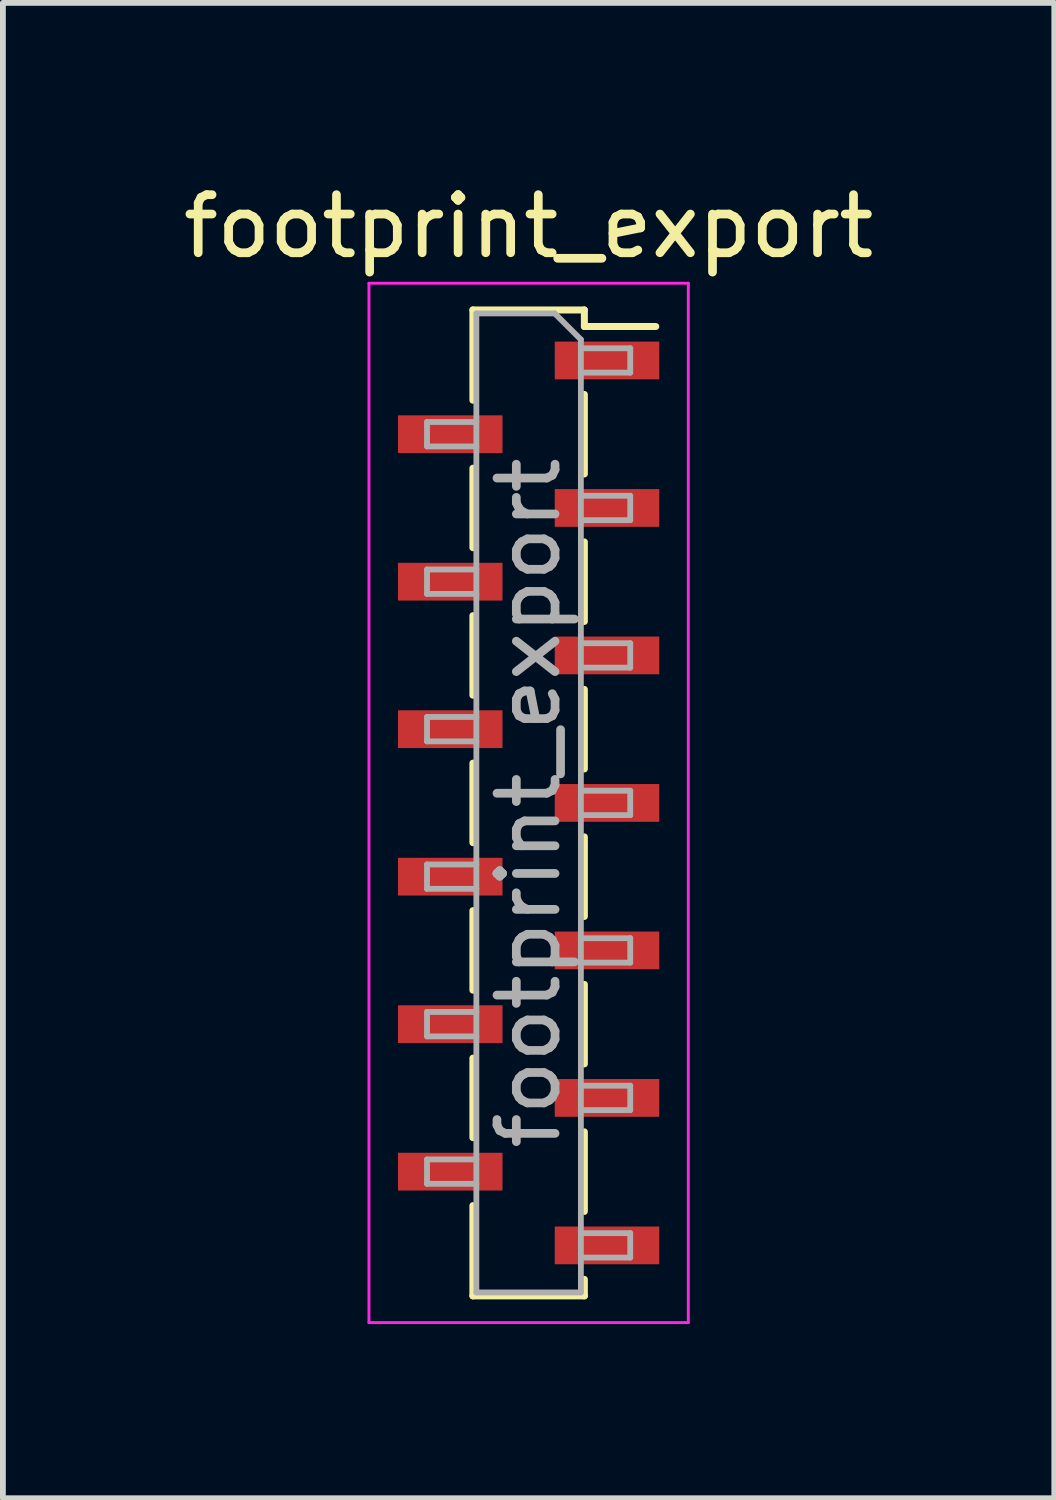
<source format=kicad_pcb>
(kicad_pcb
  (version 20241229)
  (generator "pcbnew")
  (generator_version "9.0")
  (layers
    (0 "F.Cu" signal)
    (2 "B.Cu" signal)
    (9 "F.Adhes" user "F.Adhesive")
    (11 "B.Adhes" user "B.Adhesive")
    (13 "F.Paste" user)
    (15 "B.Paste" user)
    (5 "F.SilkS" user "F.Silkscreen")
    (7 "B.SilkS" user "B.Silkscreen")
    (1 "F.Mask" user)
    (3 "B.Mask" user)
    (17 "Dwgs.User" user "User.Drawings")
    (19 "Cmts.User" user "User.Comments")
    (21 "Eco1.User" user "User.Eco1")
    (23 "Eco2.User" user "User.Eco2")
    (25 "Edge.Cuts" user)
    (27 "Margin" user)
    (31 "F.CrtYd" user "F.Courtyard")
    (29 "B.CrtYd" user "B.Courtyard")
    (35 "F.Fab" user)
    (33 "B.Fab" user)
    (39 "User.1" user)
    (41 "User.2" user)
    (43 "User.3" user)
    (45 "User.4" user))
  (footprint "footprint_export"
    (layer "F.Cu")
    (at 6.054 10.778)
    (property "Reference" "footprint_export" (at 0 -9.93 0) (layer "F.SilkS") (effects (font (size 1 1) (thickness 0.15))))
    (attr smd)
    (fp_line (start -0.96 -8.49) (end -0.96 -6.935) (stroke (width 0.12) (type solid)) (layer "F.SilkS"))
    (fp_line (start -0.96 -8.49) (end 0.96 -8.49) (stroke (width 0.12) (type solid)) (layer "F.SilkS"))
    (fp_line (start -0.96 -5.765) (end -0.96 -4.395) (stroke (width 0.12) (type solid)) (layer "F.SilkS"))
    (fp_line (start -0.96 -3.225) (end -0.96 -1.855) (stroke (width 0.12) (type solid)) (layer "F.SilkS"))
    (fp_line (start -0.96 -0.685) (end -0.96 0.685) (stroke (width 0.12) (type solid)) (layer "F.SilkS"))
    (fp_line (start -0.96 1.855) (end -0.96 3.225) (stroke (width 0.12) (type solid)) (layer "F.SilkS"))
    (fp_line (start -0.96 4.395) (end -0.96 5.765) (stroke (width 0.12) (type solid)) (layer "F.SilkS"))
    (fp_line (start -0.96 6.935) (end -0.96 8.49) (stroke (width 0.12) (type solid)) (layer "F.SilkS"))
    (fp_line (start -0.96 8.49) (end 0.96 8.49) (stroke (width 0.12) (type solid)) (layer "F.SilkS"))
    (fp_line (start 0.96 -8.49) (end 0.96 -8.205) (stroke (width 0.12) (type solid)) (layer "F.SilkS"))
    (fp_line (start 0.96 -8.205) (end 2.19 -8.205) (stroke (width 0.12) (type solid)) (layer "F.SilkS"))
    (fp_line (start 0.96 -7.035) (end 0.96 -5.665) (stroke (width 0.12) (type solid)) (layer "F.SilkS"))
    (fp_line (start 0.96 -4.495) (end 0.96 -3.125) (stroke (width 0.12) (type solid)) (layer "F.SilkS"))
    (fp_line (start 0.96 -1.955) (end 0.96 -0.585) (stroke (width 0.12) (type solid)) (layer "F.SilkS"))
    (fp_line (start 0.96 0.585) (end 0.96 1.955) (stroke (width 0.12) (type solid)) (layer "F.SilkS"))
    (fp_line (start 0.96 3.125) (end 0.96 4.495) (stroke (width 0.12) (type solid)) (layer "F.SilkS"))
    (fp_line (start 0.96 5.665) (end 0.96 7.035) (stroke (width 0.12) (type solid)) (layer "F.SilkS"))
    (fp_line (start 0.96 8.205) (end 0.96 8.49) (stroke (width 0.12) (type solid)) (layer "F.SilkS"))
    (fp_line (start -2.75 -8.95) (end 2.75 -8.95) (stroke (width 0.05) (type solid)) (layer "F.CrtYd"))
    (fp_line (start -2.75 8.95) (end -2.75 -8.95) (stroke (width 0.05) (type solid)) (layer "F.CrtYd"))
    (fp_line (start 2.75 -8.95) (end 2.75 8.95) (stroke (width 0.05) (type solid)) (layer "F.CrtYd"))
    (fp_line (start 2.75 8.95) (end -2.75 8.95) (stroke (width 0.05) (type solid)) (layer "F.CrtYd"))
    (fp_line (start -1.75 -6.56) (end -0.9 -6.56) (stroke (width 0.1) (type solid)) (layer "F.Fab"))
    (fp_line (start -1.75 -6.14) (end -1.75 -6.56) (stroke (width 0.1) (type solid)) (layer "F.Fab"))
    (fp_line (start -1.75 -4.02) (end -0.9 -4.02) (stroke (width 0.1) (type solid)) (layer "F.Fab"))
    (fp_line (start -1.75 -3.6) (end -1.75 -4.02) (stroke (width 0.1) (type solid)) (layer "F.Fab"))
    (fp_line (start -1.75 -1.48) (end -0.9 -1.48) (stroke (width 0.1) (type solid)) (layer "F.Fab"))
    (fp_line (start -1.75 -1.06) (end -1.75 -1.48) (stroke (width 0.1) (type solid)) (layer "F.Fab"))
    (fp_line (start -1.75 1.06) (end -0.9 1.06) (stroke (width 0.1) (type solid)) (layer "F.Fab"))
    (fp_line (start -1.75 1.48) (end -1.75 1.06) (stroke (width 0.1) (type solid)) (layer "F.Fab"))
    (fp_line (start -1.75 3.6) (end -0.9 3.6) (stroke (width 0.1) (type solid)) (layer "F.Fab"))
    (fp_line (start -1.75 4.02) (end -1.75 3.6) (stroke (width 0.1) (type solid)) (layer "F.Fab"))
    (fp_line (start -1.75 6.14) (end -0.9 6.14) (stroke (width 0.1) (type solid)) (layer "F.Fab"))
    (fp_line (start -1.75 6.56) (end -1.75 6.14) (stroke (width 0.1) (type solid)) (layer "F.Fab"))
    (fp_line (start -0.9 -8.43) (end 0.45 -8.43) (stroke (width 0.1) (type solid)) (layer "F.Fab"))
    (fp_line (start -0.9 -6.14) (end -1.75 -6.14) (stroke (width 0.1) (type solid)) (layer "F.Fab"))
    (fp_line (start -0.9 -3.6) (end -1.75 -3.6) (stroke (width 0.1) (type solid)) (layer "F.Fab"))
    (fp_line (start -0.9 -1.06) (end -1.75 -1.06) (stroke (width 0.1) (type solid)) (layer "F.Fab"))
    (fp_line (start -0.9 1.48) (end -1.75 1.48) (stroke (width 0.1) (type solid)) (layer "F.Fab"))
    (fp_line (start -0.9 4.02) (end -1.75 4.02) (stroke (width 0.1) (type solid)) (layer "F.Fab"))
    (fp_line (start -0.9 6.56) (end -1.75 6.56) (stroke (width 0.1) (type solid)) (layer "F.Fab"))
    (fp_line (start -0.9 8.43) (end -0.9 -8.43) (stroke (width 0.1) (type solid)) (layer "F.Fab"))
    (fp_line (start 0.45 -8.43) (end 0.9 -7.98) (stroke (width 0.1) (type solid)) (layer "F.Fab"))
    (fp_line (start 0.9 -7.98) (end 0.9 8.43) (stroke (width 0.1) (type solid)) (layer "F.Fab"))
    (fp_line (start 0.9 -7.83) (end 1.75 -7.83) (stroke (width 0.1) (type solid)) (layer "F.Fab"))
    (fp_line (start 0.9 -5.29) (end 1.75 -5.29) (stroke (width 0.1) (type solid)) (layer "F.Fab"))
    (fp_line (start 0.9 -2.75) (end 1.75 -2.75) (stroke (width 0.1) (type solid)) (layer "F.Fab"))
    (fp_line (start 0.9 -0.21) (end 1.75 -0.21) (stroke (width 0.1) (type solid)) (layer "F.Fab"))
    (fp_line (start 0.9 2.33) (end 1.75 2.33) (stroke (width 0.1) (type solid)) (layer "F.Fab"))
    (fp_line (start 0.9 4.87) (end 1.75 4.87) (stroke (width 0.1) (type solid)) (layer "F.Fab"))
    (fp_line (start 0.9 7.41) (end 1.75 7.41) (stroke (width 0.1) (type solid)) (layer "F.Fab"))
    (fp_line (start 0.9 8.43) (end -0.9 8.43) (stroke (width 0.1) (type solid)) (layer "F.Fab"))
    (fp_line (start 1.75 -7.83) (end 1.75 -7.41) (stroke (width 0.1) (type solid)) (layer "F.Fab"))
    (fp_line (start 1.75 -7.41) (end 0.9 -7.41) (stroke (width 0.1) (type solid)) (layer "F.Fab"))
    (fp_line (start 1.75 -5.29) (end 1.75 -4.87) (stroke (width 0.1) (type solid)) (layer "F.Fab"))
    (fp_line (start 1.75 -4.87) (end 0.9 -4.87) (stroke (width 0.1) (type solid)) (layer "F.Fab"))
    (fp_line (start 1.75 -2.75) (end 1.75 -2.33) (stroke (width 0.1) (type solid)) (layer "F.Fab"))
    (fp_line (start 1.75 -2.33) (end 0.9 -2.33) (stroke (width 0.1) (type solid)) (layer "F.Fab"))
    (fp_line (start 1.75 -0.21) (end 1.75 0.21) (stroke (width 0.1) (type solid)) (layer "F.Fab"))
    (fp_line (start 1.75 0.21) (end 0.9 0.21) (stroke (width 0.1) (type solid)) (layer "F.Fab"))
    (fp_line (start 1.75 2.33) (end 1.75 2.75) (stroke (width 0.1) (type solid)) (layer "F.Fab"))
    (fp_line (start 1.75 2.75) (end 0.9 2.75) (stroke (width 0.1) (type solid)) (layer "F.Fab"))
    (fp_line (start 1.75 4.87) (end 1.75 5.29) (stroke (width 0.1) (type solid)) (layer "F.Fab"))
    (fp_line (start 1.75 5.29) (end 0.9 5.29) (stroke (width 0.1) (type solid)) (layer "F.Fab"))
    (fp_line (start 1.75 7.41) (end 1.75 7.83) (stroke (width 0.1) (type solid)) (layer "F.Fab"))
    (fp_line (start 1.75 7.83) (end 0.9 7.83) (stroke (width 0.1) (type solid)) (layer "F.Fab"))
    (fp_text user "${REFERENCE}" (at 0 0 90) (layer "F.Fab") (effects (font (size 1 1) (thickness 0.15))))
    (pad "1" smd rect (at 1.35 -7.62) (size 1.8 0.65) (layers "F.Cu" "F.Mask" "F.Paste"))
    (pad "2" smd rect (at -1.35 -6.35) (size 1.8 0.65) (layers "F.Cu" "F.Mask" "F.Paste"))
    (pad "3" smd rect (at 1.35 -5.08) (size 1.8 0.65) (layers "F.Cu" "F.Mask" "F.Paste"))
    (pad "4" smd rect (at -1.35 -3.81) (size 1.8 0.65) (layers "F.Cu" "F.Mask" "F.Paste"))
    (pad "5" smd rect (at 1.35 -2.54) (size 1.8 0.65) (layers "F.Cu" "F.Mask" "F.Paste"))
    (pad "6" smd rect (at -1.35 -1.27) (size 1.8 0.65) (layers "F.Cu" "F.Mask" "F.Paste"))
    (pad "7" smd rect (at 1.35 0) (size 1.8 0.65) (layers "F.Cu" "F.Mask" "F.Paste"))
    (pad "8" smd rect (at -1.35 1.27) (size 1.8 0.65) (layers "F.Cu" "F.Mask" "F.Paste"))
    (pad "9" smd rect (at 1.35 2.54) (size 1.8 0.65) (layers "F.Cu" "F.Mask" "F.Paste"))
    (pad "10" smd rect (at -1.35 3.81) (size 1.8 0.65) (layers "F.Cu" "F.Mask" "F.Paste"))
    (pad "11" smd rect (at 1.35 5.08) (size 1.8 0.65) (layers "F.Cu" "F.Mask" "F.Paste"))
    (pad "12" smd rect (at -1.35 6.35) (size 1.8 0.65) (layers "F.Cu" "F.Mask" "F.Paste"))
    (pad "13" smd rect (at 1.35 7.62) (size 1.8 0.65) (layers "F.Cu" "F.Mask" "F.Paste")))
  (gr_rect
    (start -3 -3)
    (end 15.107 22.753)
    (stroke (width 0.1) (type default))
    (fill no)
    (layer "Edge.Cuts")))
</source>
